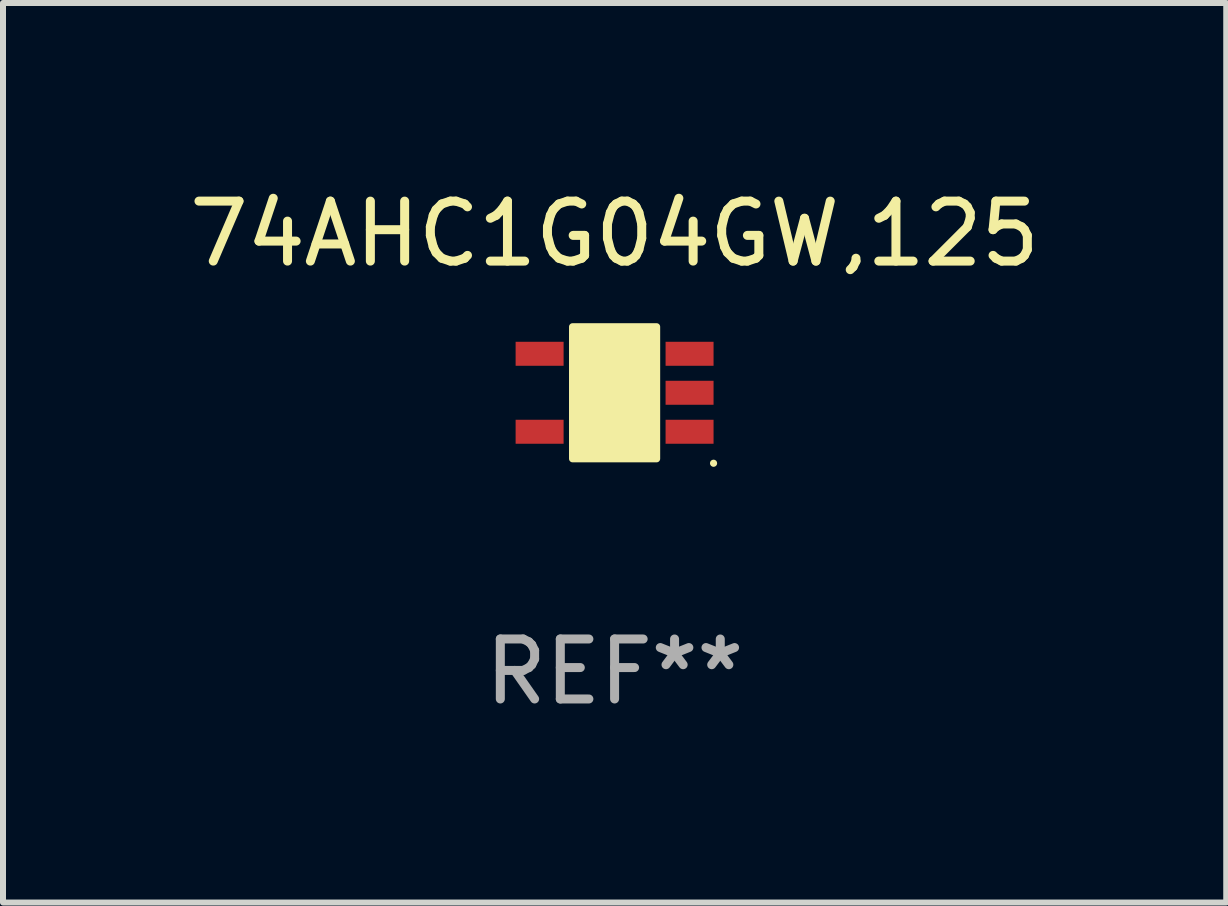
<source format=kicad_pcb>
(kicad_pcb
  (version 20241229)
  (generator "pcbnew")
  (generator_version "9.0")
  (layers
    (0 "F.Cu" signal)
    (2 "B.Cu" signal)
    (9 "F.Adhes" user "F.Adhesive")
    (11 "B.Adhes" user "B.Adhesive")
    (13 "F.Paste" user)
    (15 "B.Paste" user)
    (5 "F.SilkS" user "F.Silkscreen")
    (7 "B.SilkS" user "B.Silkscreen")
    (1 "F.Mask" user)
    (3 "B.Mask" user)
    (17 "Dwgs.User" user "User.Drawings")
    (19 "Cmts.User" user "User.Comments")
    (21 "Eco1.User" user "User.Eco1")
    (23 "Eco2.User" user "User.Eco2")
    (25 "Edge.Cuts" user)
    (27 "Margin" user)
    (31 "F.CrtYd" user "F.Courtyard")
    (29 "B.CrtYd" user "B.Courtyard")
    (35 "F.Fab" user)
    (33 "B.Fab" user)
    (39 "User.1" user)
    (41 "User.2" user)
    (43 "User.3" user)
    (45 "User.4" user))
  (footprint "74AHC1G04GW,125"
    (layer "F.Cu")
    (at 7.196 3.498)
    (property "Reference" "74AHC1G04GW,125" (at 0 -2.65 0) (layer "F.SilkS") (effects (font (size 1 1) (thickness 0.15))))
    (attr through_hole)
    (fp_arc (start 0.381001 0.637541) (mid 0.380995 0.636271) (end 0.381001 0.635001) (stroke (width 0.24892) (type solid)) (layer "F.SilkS"))
    (fp_circle (center 1.65 1.175) (end 1.68 1.175) (stroke (width 0.06) (type solid)) (fill no) (layer "F.SilkS"))
    (fp_poly (pts (xy -0.7 -1.1) (xy 0.7 -1.1) (xy 0.7 1.1) (xy -0.7 1.1)) (stroke (width 0.12) (type solid)) (fill yes) (layer "F.SilkS"))
    (fp_text user "REF**" (at 0 4.65 0) (layer "F.Fab") (effects (font (size 1 1) (thickness 0.15))))
    (pad "1" smd rect (at 1.25 0.65 270) (size 0.4 0.8) (layers "F.Cu" "F.Mask" "F.Paste"))
    (pad "2" smd rect (at 1.25 0 270) (size 0.4 0.8) (layers "F.Cu" "F.Mask" "F.Paste"))
    (pad "3" smd rect (at 1.25 -0.65 270) (size 0.4 0.8) (layers "F.Cu" "F.Mask" "F.Paste"))
    (pad "4" smd rect (at -1.25 -0.65 270) (size 0.4 0.8) (layers "F.Cu" "F.Mask" "F.Paste"))
    (pad "5" smd rect (at -1.25 0.65 270) (size 0.4 0.8) (layers "F.Cu" "F.Mask" "F.Paste")))
  (gr_rect
    (start -3 -3)
    (end 17.393 11.996)
    (stroke (width 0.1) (type default))
    (fill no)
    (layer "Edge.Cuts")))
</source>
